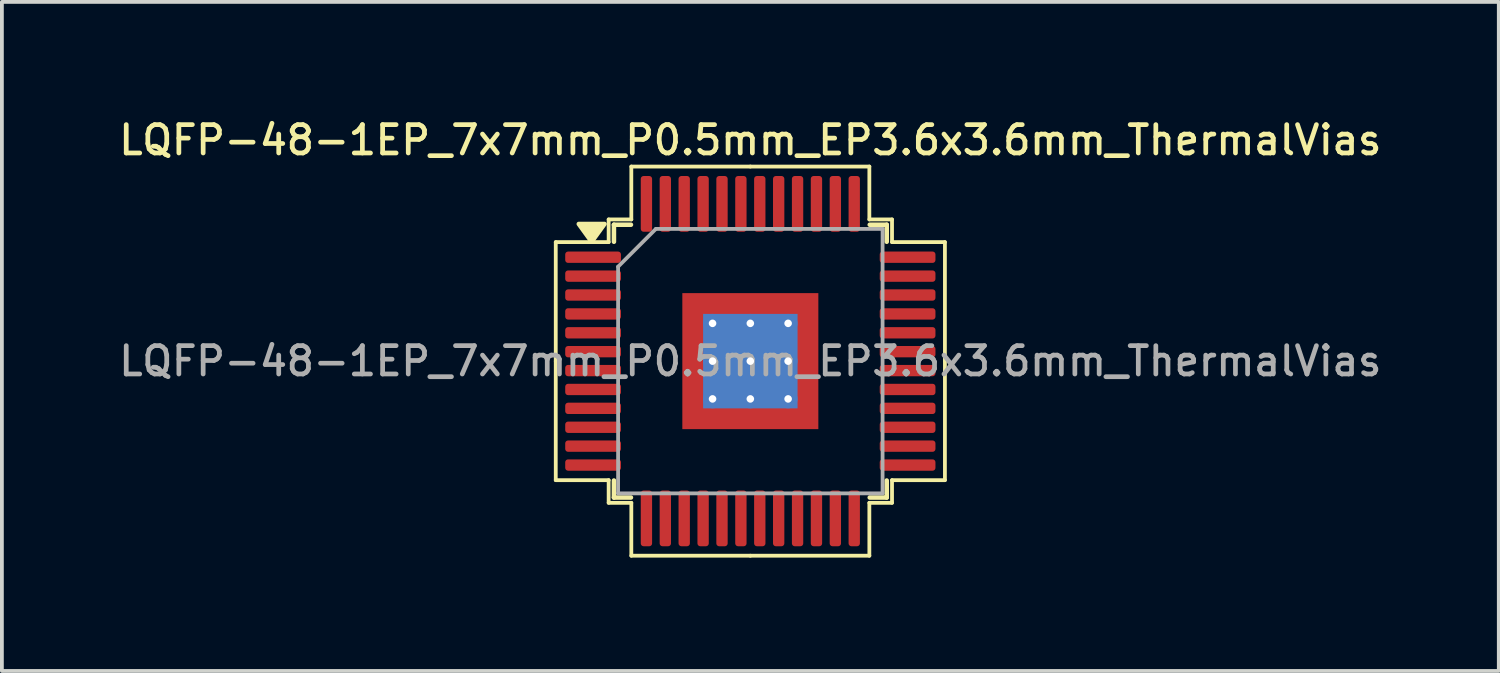
<source format=kicad_pcb>
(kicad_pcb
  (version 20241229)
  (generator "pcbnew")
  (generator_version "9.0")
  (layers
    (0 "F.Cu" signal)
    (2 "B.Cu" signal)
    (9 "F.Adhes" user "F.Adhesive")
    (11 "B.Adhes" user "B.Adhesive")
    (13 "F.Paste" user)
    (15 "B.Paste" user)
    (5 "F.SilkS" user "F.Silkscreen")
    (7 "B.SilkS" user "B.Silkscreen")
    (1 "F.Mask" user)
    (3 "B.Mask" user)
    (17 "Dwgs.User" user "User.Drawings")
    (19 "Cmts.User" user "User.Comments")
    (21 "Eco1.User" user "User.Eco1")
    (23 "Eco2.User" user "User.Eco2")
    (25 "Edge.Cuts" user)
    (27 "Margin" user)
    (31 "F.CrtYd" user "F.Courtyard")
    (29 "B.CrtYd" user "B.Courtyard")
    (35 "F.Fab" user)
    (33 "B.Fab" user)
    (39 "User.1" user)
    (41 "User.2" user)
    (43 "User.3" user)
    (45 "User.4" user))
  (footprint "LQFP-48-1EP_7x7mm_P0.5mm_EP3.6x3.6mm_ThermalVias"
    (layer "F.Cu")
    (at 16.809 6.508)
    (property "Reference" "LQFP-48-1EP_7x7mm_P0.5mm_EP3.6x3.6mm_ThermalVias" (at 0 -5.85 0) (layer "F.SilkS") (effects (font (size 0.75 0.75) (thickness 0.125))))
    (attr smd)
    (fp_line (start -5.15 -3.15) (end -5.15 0) (stroke (width 0.1) (type solid)) (layer "F.SilkS"))
    (fp_line (start -5.15 3.15) (end -5.15 0) (stroke (width 0.1) (type solid)) (layer "F.SilkS"))
    (fp_line (start -3.75 -3.75) (end -3.75 -3.15) (stroke (width 0.1) (type solid)) (layer "F.SilkS"))
    (fp_line (start -3.75 -3.15) (end -5.15 -3.15) (stroke (width 0.1) (type solid)) (layer "F.SilkS"))
    (fp_line (start -3.75 3.15) (end -5.15 3.15) (stroke (width 0.1) (type solid)) (layer "F.SilkS"))
    (fp_line (start -3.75 3.75) (end -3.75 3.15) (stroke (width 0.1) (type solid)) (layer "F.SilkS"))
    (fp_line (start -3.61 -3.61) (end -3.61 -3.16) (stroke (width 0.12) (type solid)) (layer "F.SilkS"))
    (fp_line (start -3.61 3.61) (end -3.61 3.16) (stroke (width 0.12) (type solid)) (layer "F.SilkS"))
    (fp_line (start -3.16 -3.61) (end -3.61 -3.61) (stroke (width 0.12) (type solid)) (layer "F.SilkS"))
    (fp_line (start -3.16 3.61) (end -3.61 3.61) (stroke (width 0.12) (type solid)) (layer "F.SilkS"))
    (fp_line (start -3.15 -5.15) (end -3.15 -3.75) (stroke (width 0.1) (type solid)) (layer "F.SilkS"))
    (fp_line (start -3.15 -3.75) (end -3.75 -3.75) (stroke (width 0.1) (type solid)) (layer "F.SilkS"))
    (fp_line (start -3.15 3.75) (end -3.75 3.75) (stroke (width 0.1) (type solid)) (layer "F.SilkS"))
    (fp_line (start -3.15 5.15) (end -3.15 3.75) (stroke (width 0.1) (type solid)) (layer "F.SilkS"))
    (fp_line (start 0 -5.15) (end -3.15 -5.15) (stroke (width 0.1) (type solid)) (layer "F.SilkS"))
    (fp_line (start 0 -5.15) (end 3.15 -5.15) (stroke (width 0.1) (type solid)) (layer "F.SilkS"))
    (fp_line (start 0 5.15) (end -3.15 5.15) (stroke (width 0.1) (type solid)) (layer "F.SilkS"))
    (fp_line (start 0 5.15) (end 3.15 5.15) (stroke (width 0.1) (type solid)) (layer "F.SilkS"))
    (fp_line (start 3.15 -5.15) (end 3.15 -3.75) (stroke (width 0.1) (type solid)) (layer "F.SilkS"))
    (fp_line (start 3.15 -3.75) (end 3.75 -3.75) (stroke (width 0.1) (type solid)) (layer "F.SilkS"))
    (fp_line (start 3.15 3.75) (end 3.75 3.75) (stroke (width 0.1) (type solid)) (layer "F.SilkS"))
    (fp_line (start 3.15 5.15) (end 3.15 3.75) (stroke (width 0.1) (type solid)) (layer "F.SilkS"))
    (fp_line (start 3.16 -3.61) (end 3.61 -3.61) (stroke (width 0.12) (type solid)) (layer "F.SilkS"))
    (fp_line (start 3.16 3.61) (end 3.61 3.61) (stroke (width 0.12) (type solid)) (layer "F.SilkS"))
    (fp_line (start 3.61 -3.61) (end 3.61 -3.16) (stroke (width 0.12) (type solid)) (layer "F.SilkS"))
    (fp_line (start 3.61 3.61) (end 3.61 3.16) (stroke (width 0.12) (type solid)) (layer "F.SilkS"))
    (fp_line (start 3.75 -3.75) (end 3.75 -3.15) (stroke (width 0.1) (type solid)) (layer "F.SilkS"))
    (fp_line (start 3.75 -3.15) (end 5.15 -3.15) (stroke (width 0.1) (type solid)) (layer "F.SilkS"))
    (fp_line (start 3.75 3.15) (end 5.15 3.15) (stroke (width 0.1) (type solid)) (layer "F.SilkS"))
    (fp_line (start 3.75 3.75) (end 3.75 3.15) (stroke (width 0.1) (type solid)) (layer "F.SilkS"))
    (fp_line (start 5.15 -3.15) (end 5.15 0) (stroke (width 0.1) (type solid)) (layer "F.SilkS"))
    (fp_line (start 5.15 3.15) (end 5.15 0) (stroke (width 0.1) (type solid)) (layer "F.SilkS"))
    (fp_poly (pts (xy -4.2 -3.16) (xy -4.54 -3.63) (xy -3.86 -3.63) (xy -4.2 -3.16)) (stroke (width 0.12) (type solid)) (fill yes) (layer "F.SilkS"))
    (fp_line (start -3.5 -2.5) (end -2.5 -3.5) (stroke (width 0.1) (type solid)) (layer "F.Fab"))
    (fp_line (start -3.5 3.5) (end -3.5 -2.5) (stroke (width 0.1) (type solid)) (layer "F.Fab"))
    (fp_line (start -2.5 -3.5) (end 3.5 -3.5) (stroke (width 0.1) (type solid)) (layer "F.Fab"))
    (fp_line (start 3.5 -3.5) (end 3.5 3.5) (stroke (width 0.1) (type solid)) (layer "F.Fab"))
    (fp_line (start 3.5 3.5) (end -3.5 3.5) (stroke (width 0.1) (type solid)) (layer "F.Fab"))
    (fp_text user "${REFERENCE}" (at 0 0 0) (layer "F.Fab") (effects (font (size 0.75 0.75) (thickness 0.125))))
    (pad "" smd custom (at -1.4 -1.4) (size 0.555 0.555) (layers "F.Paste") (options (anchor circle)) (primitives (gr_poly (pts (xy -0.232 -0.232) (xy 0.232 -0.232) (xy 0.232 0.157) (xy 0.157 0.232) (xy -0.232 0.232)) (width 0.181) (fill yes))))
    (pad "" smd custom (at -1.4 -0.5) (size 0.568 0.568) (layers "F.Paste") (options (anchor circle)) (primitives (gr_poly (pts (xy -0.246 -0.326) (xy 0.182 -0.326) (xy 0.246 -0.263) (xy 0.246 0.263) (xy 0.182 0.326) (xy -0.246 0.326)) (width 0.153) (fill yes))))
    (pad "" smd custom (at -1.4 0.5) (size 0.568 0.568) (layers "F.Paste") (options (anchor circle)) (primitives (gr_poly (pts (xy -0.246 -0.326) (xy 0.182 -0.326) (xy 0.246 -0.263) (xy 0.246 0.263) (xy 0.182 0.326) (xy -0.246 0.326)) (width 0.153) (fill yes))))
    (pad "" smd custom (at -1.4 1.4) (size 0.555 0.555) (layers "F.Paste") (options (anchor circle)) (primitives (gr_poly (pts (xy -0.232 -0.232) (xy 0.157 -0.232) (xy 0.232 -0.157) (xy 0.232 0.232) (xy -0.232 0.232)) (width 0.181) (fill yes))))
    (pad "" smd custom (at -0.5 -1.4) (size 0.568 0.568) (layers "F.Paste") (options (anchor circle)) (primitives (gr_poly (pts (xy -0.326 -0.246) (xy 0.326 -0.246) (xy 0.326 0.182) (xy 0.263 0.246) (xy -0.263 0.246) (xy -0.326 0.182)) (width 0.153) (fill yes))))
    (pad "" smd roundrect (at -0.5 -0.5) (size 0.806 0.806) (layers "F.Paste") (roundrect_rratio 0.25))
    (pad "" smd roundrect (at -0.5 0.5) (size 0.806 0.806) (layers "F.Paste") (roundrect_rratio 0.25))
    (pad "" smd custom (at -0.5 1.4) (size 0.568 0.568) (layers "F.Paste") (options (anchor circle)) (primitives (gr_poly (pts (xy -0.326 -0.182) (xy -0.263 -0.246) (xy 0.263 -0.246) (xy 0.326 -0.182) (xy 0.326 0.246) (xy -0.326 0.246)) (width 0.153) (fill yes))))
    (pad "" smd custom (at 0.5 -1.4) (size 0.568 0.568) (layers "F.Paste") (options (anchor circle)) (primitives (gr_poly (pts (xy -0.326 -0.246) (xy 0.326 -0.246) (xy 0.326 0.182) (xy 0.263 0.246) (xy -0.263 0.246) (xy -0.326 0.182)) (width 0.153) (fill yes))))
    (pad "" smd roundrect (at 0.5 -0.5) (size 0.806 0.806) (layers "F.Paste") (roundrect_rratio 0.25))
    (pad "" smd roundrect (at 0.5 0.5) (size 0.806 0.806) (layers "F.Paste") (roundrect_rratio 0.25))
    (pad "" smd custom (at 0.5 1.4) (size 0.568 0.568) (layers "F.Paste") (options (anchor circle)) (primitives (gr_poly (pts (xy -0.326 -0.182) (xy -0.263 -0.246) (xy 0.263 -0.246) (xy 0.326 -0.182) (xy 0.326 0.246) (xy -0.326 0.246)) (width 0.153) (fill yes))))
    (pad "" smd custom (at 1.4 -1.4) (size 0.555 0.555) (layers "F.Paste") (options (anchor circle)) (primitives (gr_poly (pts (xy -0.232 -0.232) (xy 0.232 -0.232) (xy 0.232 0.232) (xy -0.157 0.232) (xy -0.232 0.157)) (width 0.181) (fill yes))))
    (pad "" smd custom (at 1.4 -0.5) (size 0.568 0.568) (layers "F.Paste") (options (anchor circle)) (primitives (gr_poly (pts (xy -0.246 -0.263) (xy -0.182 -0.326) (xy 0.246 -0.326) (xy 0.246 0.326) (xy -0.182 0.326) (xy -0.246 0.263)) (width 0.153) (fill yes))))
    (pad "" smd custom (at 1.4 0.5) (size 0.568 0.568) (layers "F.Paste") (options (anchor circle)) (primitives (gr_poly (pts (xy -0.246 -0.263) (xy -0.182 -0.326) (xy 0.246 -0.326) (xy 0.246 0.326) (xy -0.182 0.326) (xy -0.246 0.263)) (width 0.153) (fill yes))))
    (pad "" smd custom (at 1.4 1.4) (size 0.555 0.555) (layers "F.Paste") (options (anchor circle)) (primitives (gr_poly (pts (xy -0.232 -0.157) (xy -0.157 -0.232) (xy 0.232 -0.232) (xy 0.232 0.232) (xy -0.232 0.232)) (width 0.181) (fill yes))))
    (pad "1" smd roundrect (at -4.162 -2.75) (size 1.475 0.3) (layers "F.Cu" "F.Mask" "F.Paste") (roundrect_rratio 0.25))
    (pad "2" smd roundrect (at -4.162 -2.25) (size 1.475 0.3) (layers "F.Cu" "F.Mask" "F.Paste") (roundrect_rratio 0.25))
    (pad "3" smd roundrect (at -4.162 -1.75) (size 1.475 0.3) (layers "F.Cu" "F.Mask" "F.Paste") (roundrect_rratio 0.25))
    (pad "4" smd roundrect (at -4.162 -1.25) (size 1.475 0.3) (layers "F.Cu" "F.Mask" "F.Paste") (roundrect_rratio 0.25))
    (pad "5" smd roundrect (at -4.162 -0.75) (size 1.475 0.3) (layers "F.Cu" "F.Mask" "F.Paste") (roundrect_rratio 0.25))
    (pad "6" smd roundrect (at -4.162 -0.25) (size 1.475 0.3) (layers "F.Cu" "F.Mask" "F.Paste") (roundrect_rratio 0.25))
    (pad "7" smd roundrect (at -4.162 0.25) (size 1.475 0.3) (layers "F.Cu" "F.Mask" "F.Paste") (roundrect_rratio 0.25))
    (pad "8" smd roundrect (at -4.162 0.75) (size 1.475 0.3) (layers "F.Cu" "F.Mask" "F.Paste") (roundrect_rratio 0.25))
    (pad "9" smd roundrect (at -4.162 1.25) (size 1.475 0.3) (layers "F.Cu" "F.Mask" "F.Paste") (roundrect_rratio 0.25))
    (pad "10" smd roundrect (at -4.162 1.75) (size 1.475 0.3) (layers "F.Cu" "F.Mask" "F.Paste") (roundrect_rratio 0.25))
    (pad "11" smd roundrect (at -4.162 2.25) (size 1.475 0.3) (layers "F.Cu" "F.Mask" "F.Paste") (roundrect_rratio 0.25))
    (pad "12" smd roundrect (at -4.162 2.75) (size 1.475 0.3) (layers "F.Cu" "F.Mask" "F.Paste") (roundrect_rratio 0.25))
    (pad "13" smd roundrect (at -2.75 4.162) (size 0.3 1.475) (layers "F.Cu" "F.Mask" "F.Paste") (roundrect_rratio 0.25))
    (pad "14" smd roundrect (at -2.25 4.162) (size 0.3 1.475) (layers "F.Cu" "F.Mask" "F.Paste") (roundrect_rratio 0.25))
    (pad "15" smd roundrect (at -1.75 4.162) (size 0.3 1.475) (layers "F.Cu" "F.Mask" "F.Paste") (roundrect_rratio 0.25))
    (pad "16" smd roundrect (at -1.25 4.162) (size 0.3 1.475) (layers "F.Cu" "F.Mask" "F.Paste") (roundrect_rratio 0.25))
    (pad "17" smd roundrect (at -0.75 4.162) (size 0.3 1.475) (layers "F.Cu" "F.Mask" "F.Paste") (roundrect_rratio 0.25))
    (pad "18" smd roundrect (at -0.25 4.162) (size 0.3 1.475) (layers "F.Cu" "F.Mask" "F.Paste") (roundrect_rratio 0.25))
    (pad "19" smd roundrect (at 0.25 4.162) (size 0.3 1.475) (layers "F.Cu" "F.Mask" "F.Paste") (roundrect_rratio 0.25))
    (pad "20" smd roundrect (at 0.75 4.162) (size 0.3 1.475) (layers "F.Cu" "F.Mask" "F.Paste") (roundrect_rratio 0.25))
    (pad "21" smd roundrect (at 1.25 4.162) (size 0.3 1.475) (layers "F.Cu" "F.Mask" "F.Paste") (roundrect_rratio 0.25))
    (pad "22" smd roundrect (at 1.75 4.162) (size 0.3 1.475) (layers "F.Cu" "F.Mask" "F.Paste") (roundrect_rratio 0.25))
    (pad "23" smd roundrect (at 2.25 4.162) (size 0.3 1.475) (layers "F.Cu" "F.Mask" "F.Paste") (roundrect_rratio 0.25))
    (pad "24" smd roundrect (at 2.75 4.162) (size 0.3 1.475) (layers "F.Cu" "F.Mask" "F.Paste") (roundrect_rratio 0.25))
    (pad "25" smd roundrect (at 4.162 2.75) (size 1.475 0.3) (layers "F.Cu" "F.Mask" "F.Paste") (roundrect_rratio 0.25))
    (pad "26" smd roundrect (at 4.162 2.25) (size 1.475 0.3) (layers "F.Cu" "F.Mask" "F.Paste") (roundrect_rratio 0.25))
    (pad "27" smd roundrect (at 4.162 1.75) (size 1.475 0.3) (layers "F.Cu" "F.Mask" "F.Paste") (roundrect_rratio 0.25))
    (pad "28" smd roundrect (at 4.162 1.25) (size 1.475 0.3) (layers "F.Cu" "F.Mask" "F.Paste") (roundrect_rratio 0.25))
    (pad "29" smd roundrect (at 4.162 0.75) (size 1.475 0.3) (layers "F.Cu" "F.Mask" "F.Paste") (roundrect_rratio 0.25))
    (pad "30" smd roundrect (at 4.162 0.25) (size 1.475 0.3) (layers "F.Cu" "F.Mask" "F.Paste") (roundrect_rratio 0.25))
    (pad "31" smd roundrect (at 4.162 -0.25) (size 1.475 0.3) (layers "F.Cu" "F.Mask" "F.Paste") (roundrect_rratio 0.25))
    (pad "32" smd roundrect (at 4.162 -0.75) (size 1.475 0.3) (layers "F.Cu" "F.Mask" "F.Paste") (roundrect_rratio 0.25))
    (pad "33" smd roundrect (at 4.162 -1.25) (size 1.475 0.3) (layers "F.Cu" "F.Mask" "F.Paste") (roundrect_rratio 0.25))
    (pad "34" smd roundrect (at 4.162 -1.75) (size 1.475 0.3) (layers "F.Cu" "F.Mask" "F.Paste") (roundrect_rratio 0.25))
    (pad "35" smd roundrect (at 4.162 -2.25) (size 1.475 0.3) (layers "F.Cu" "F.Mask" "F.Paste") (roundrect_rratio 0.25))
    (pad "36" smd roundrect (at 4.162 -2.75) (size 1.475 0.3) (layers "F.Cu" "F.Mask" "F.Paste") (roundrect_rratio 0.25))
    (pad "37" smd roundrect (at 2.75 -4.162) (size 0.3 1.475) (layers "F.Cu" "F.Mask" "F.Paste") (roundrect_rratio 0.25))
    (pad "38" smd roundrect (at 2.25 -4.162) (size 0.3 1.475) (layers "F.Cu" "F.Mask" "F.Paste") (roundrect_rratio 0.25))
    (pad "39" smd roundrect (at 1.75 -4.162) (size 0.3 1.475) (layers "F.Cu" "F.Mask" "F.Paste") (roundrect_rratio 0.25))
    (pad "40" smd roundrect (at 1.25 -4.162) (size 0.3 1.475) (layers "F.Cu" "F.Mask" "F.Paste") (roundrect_rratio 0.25))
    (pad "41" smd roundrect (at 0.75 -4.162) (size 0.3 1.475) (layers "F.Cu" "F.Mask" "F.Paste") (roundrect_rratio 0.25))
    (pad "42" smd roundrect (at 0.25 -4.162) (size 0.3 1.475) (layers "F.Cu" "F.Mask" "F.Paste") (roundrect_rratio 0.25))
    (pad "43" smd roundrect (at -0.25 -4.162) (size 0.3 1.475) (layers "F.Cu" "F.Mask" "F.Paste") (roundrect_rratio 0.25))
    (pad "44" smd roundrect (at -0.75 -4.162) (size 0.3 1.475) (layers "F.Cu" "F.Mask" "F.Paste") (roundrect_rratio 0.25))
    (pad "45" smd roundrect (at -1.25 -4.162) (size 0.3 1.475) (layers "F.Cu" "F.Mask" "F.Paste") (roundrect_rratio 0.25))
    (pad "46" smd roundrect (at -1.75 -4.162) (size 0.3 1.475) (layers "F.Cu" "F.Mask" "F.Paste") (roundrect_rratio 0.25))
    (pad "47" smd roundrect (at -2.25 -4.162) (size 0.3 1.475) (layers "F.Cu" "F.Mask" "F.Paste") (roundrect_rratio 0.25))
    (pad "48" smd roundrect (at -2.75 -4.162) (size 0.3 1.475) (layers "F.Cu" "F.Mask" "F.Paste") (roundrect_rratio 0.25))
    (pad "49" thru_hole circle (at -1 -1) (size 0.5 0.5) (drill 0.2) (property pad_prop_heatsink) (layers "*.Cu"))
    (pad "49" thru_hole circle (at -1 0) (size 0.5 0.5) (drill 0.2) (property pad_prop_heatsink) (layers "*.Cu"))
    (pad "49" thru_hole circle (at -1 1) (size 0.5 0.5) (drill 0.2) (property pad_prop_heatsink) (layers "*.Cu"))
    (pad "49" thru_hole circle (at 0 -1) (size 0.5 0.5) (drill 0.2) (property pad_prop_heatsink) (layers "*.Cu"))
    (pad "49" thru_hole circle (at 0 0) (size 0.5 0.5) (drill 0.2) (property pad_prop_heatsink) (layers "*.Cu"))
    (pad "49" smd rect (at 0 0) (size 2.5 2.5) (property pad_prop_heatsink) (layers "B.Cu"))
    (pad "49" smd rect (at 0 0) (size 3.6 3.6) (property pad_prop_heatsink) (layers "F.Cu" "F.Mask"))
    (pad "49" thru_hole circle (at 0 1) (size 0.5 0.5) (drill 0.2) (property pad_prop_heatsink) (layers "*.Cu"))
    (pad "49" thru_hole circle (at 1 -1) (size 0.5 0.5) (drill 0.2) (property pad_prop_heatsink) (layers "*.Cu"))
    (pad "49" thru_hole circle (at 1 0) (size 0.5 0.5) (drill 0.2) (property pad_prop_heatsink) (layers "*.Cu"))
    (pad "49" thru_hole circle (at 1 1) (size 0.5 0.5) (drill 0.2) (property pad_prop_heatsink) (layers "*.Cu")))
  (gr_rect
    (start -3 -3)
    (end 36.618 14.708)
    (stroke (width 0.1) (type default))
    (fill no)
    (layer "Edge.Cuts")))
</source>
